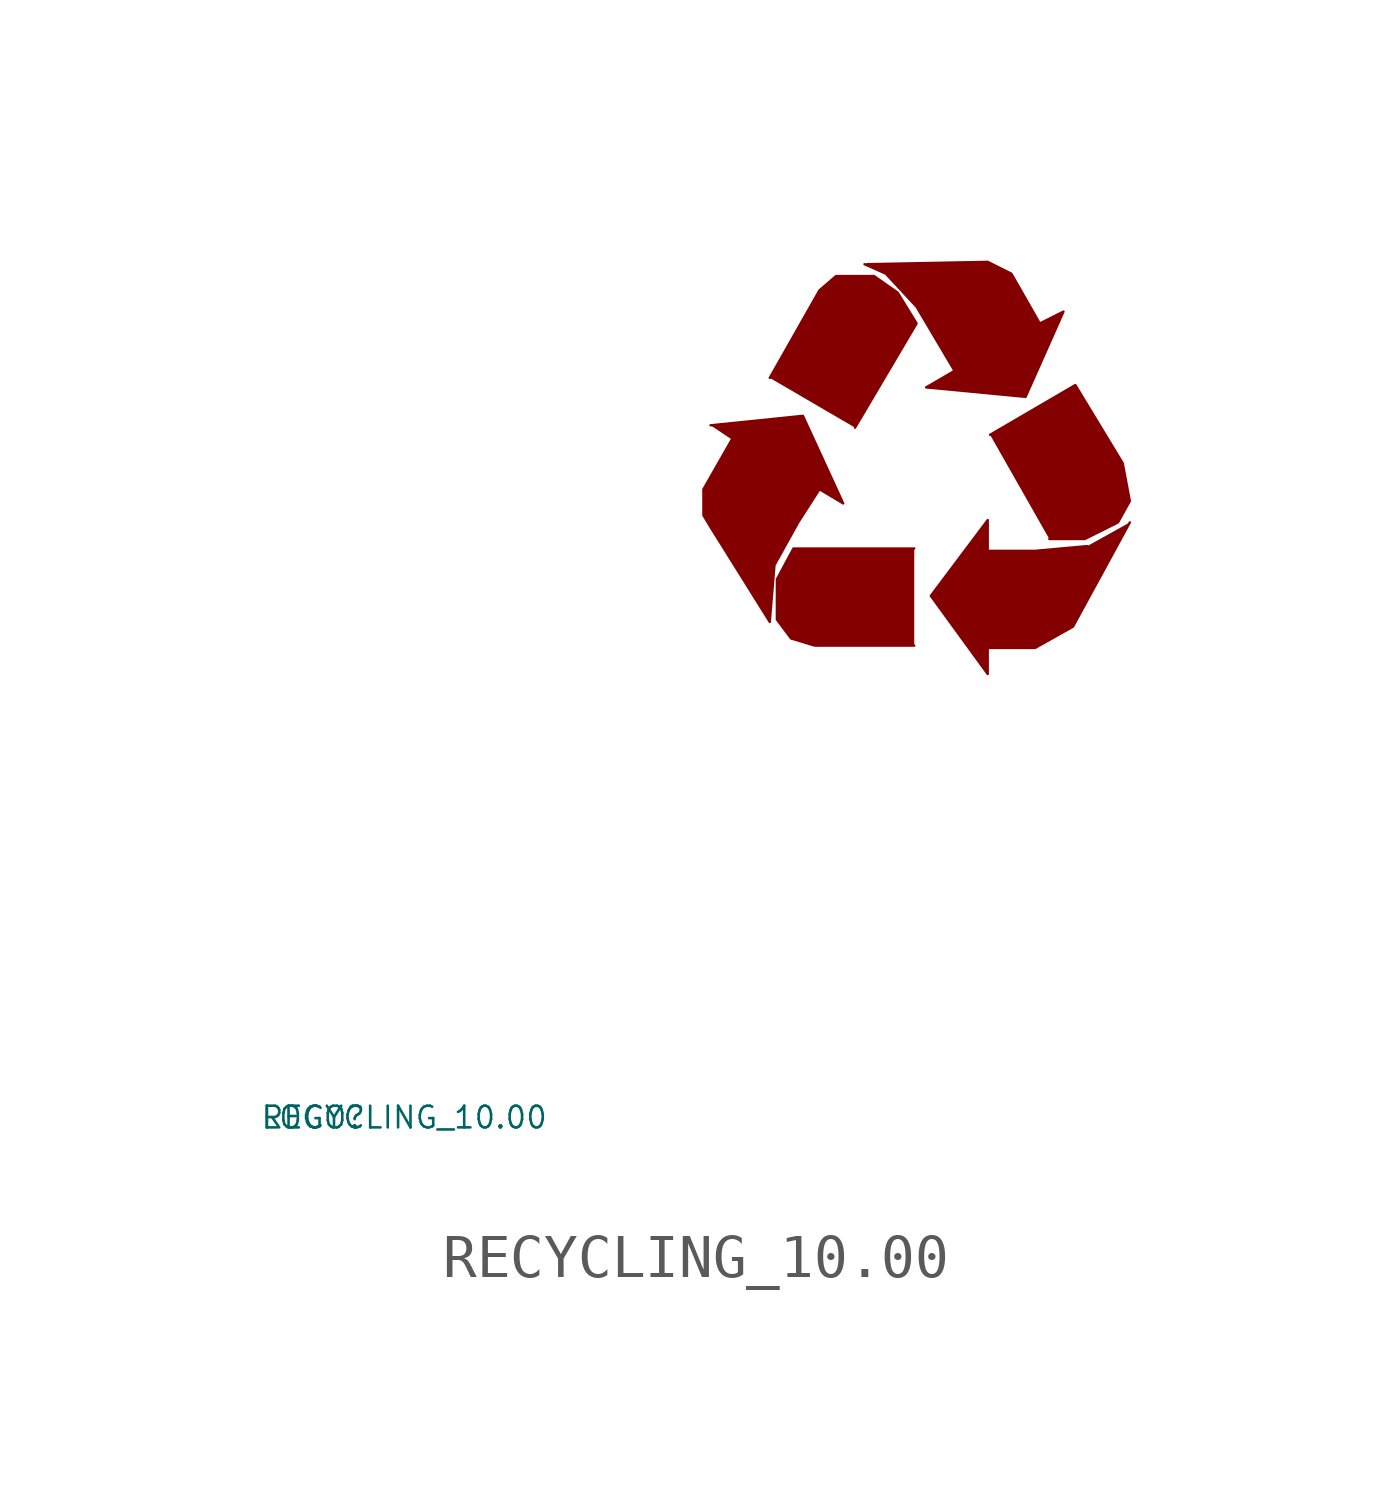
<source format=kicad_sym>
(kicad_symbol_lib
  (version 20220914)
  (generator Eagle2Kicad)
  (symbol "RECYCLING_10.00"
    (property "Reference" "LOGO"
      (at -10 -10 0)
      (effects (font (size 0.5 0.5) (thickness 0.06)) (justify left)))
    (property "Value" "RECYCLING_10.00"
      (at -10 -10 0)
      (effects (font (size 0.5 0.5) (thickness 0.06)) (justify left)))
    (polyline
      (pts (xy 0.382 5.95) (xy 2.511 6.168) (xy 3.439 4.149) (xy 2.893 4.476) (xy 2.402 3.712) (xy 1.856 2.729) (xy 1.747 1.419) (xy 0.382 3.603) (xy 0.218 3.876) (xy 0.218 4.476) (xy 0.873 5.622))
      (stroke (width 0.055) (type default))
      (fill (type outline)))
    (polyline
      (pts (xy 1.747 7.042) (xy 2.893 9.061) (xy 3.275 9.389) (xy 4.149 9.389) (xy 4.694 9.007) (xy 5.131 8.297) (xy 3.712 5.895))
      (stroke (width 0.055) (type default))
      (fill (type outline)))
    (polyline
      (pts (xy 3.985 9.662) (xy 6.769 9.716) (xy 7.314 9.443) (xy 7.969 8.297) (xy 8.515 8.57) (xy 7.642 6.605) (xy 5.349 6.823) (xy 6.004 7.205) (xy 5.131 8.679) (xy 4.421 9.443) (xy 3.93 9.662))
      (stroke (width 0.055) (type default))
      (fill (type outline)))
    (polyline
      (pts (xy 6.823 5.731) (xy 8.788 6.878) (xy 9.88 5.076) (xy 10.044 4.203) (xy 9.771 3.712) (xy 9.007 3.33) (xy 8.188 3.33))
      (stroke (width 0.055) (type default))
      (fill (type outline)))
    (polyline
      (pts (xy 10.044 3.712) (xy 8.734 1.31) (xy 7.86 0.819) (xy 6.769 0.819) (xy 6.769 0.218) (xy 5.458 2.02) (xy 6.769 3.766) (xy 6.769 3.057) (xy 7.86 3.057) (xy 9.061 3.166))
      (stroke (width 0.055) (type default))
      (fill (type outline)))
    (polyline
      (pts (xy 5.076 0.873) (xy 2.784 0.873) (xy 2.238 1.037) (xy 1.911 1.474) (xy 1.911 2.402) (xy 2.293 3.111) (xy 5.076 3.111))
      (stroke (width 0.055) (type default))
      (fill (type outline)))))
</source>
